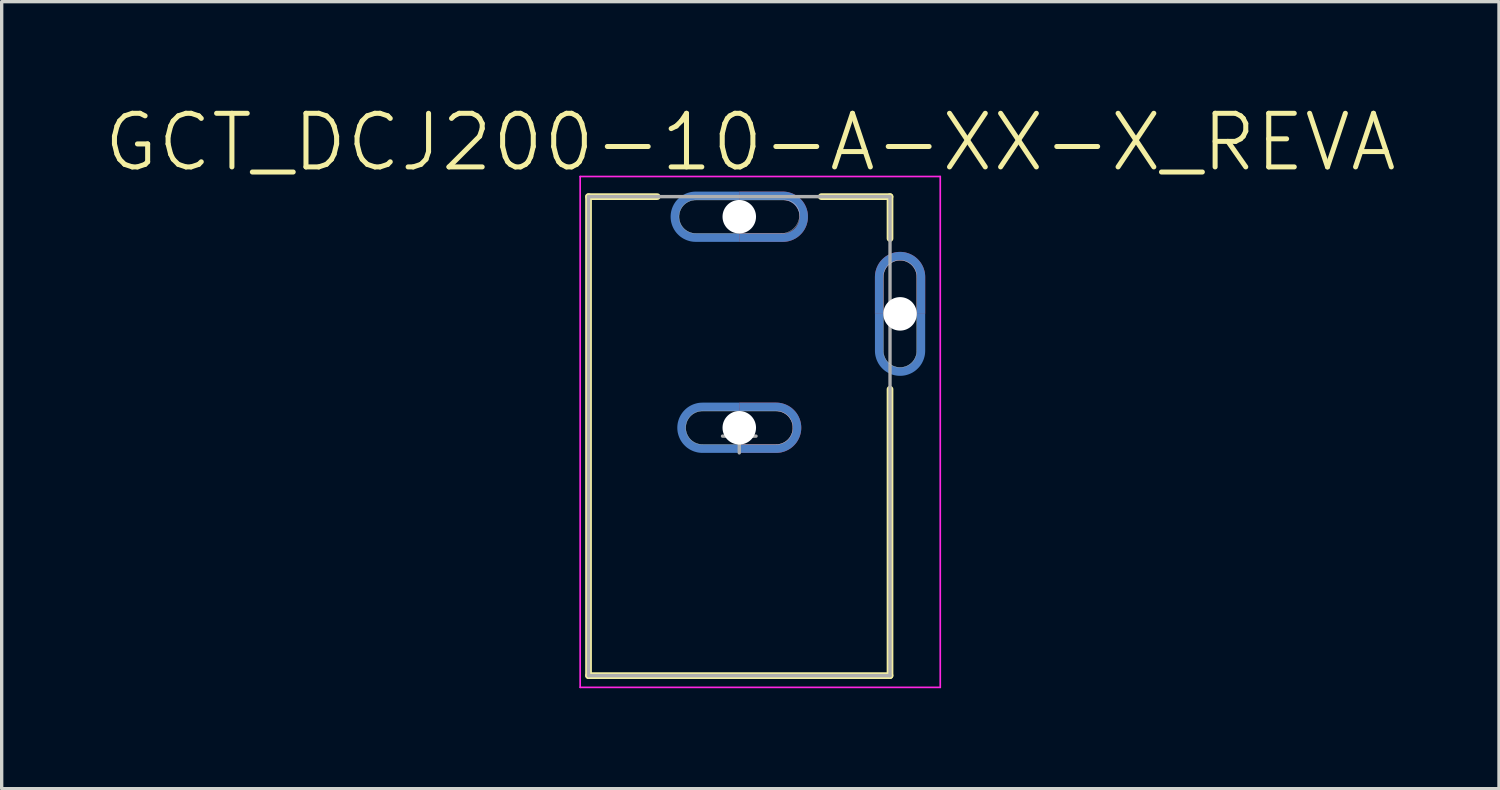
<source format=kicad_pcb>
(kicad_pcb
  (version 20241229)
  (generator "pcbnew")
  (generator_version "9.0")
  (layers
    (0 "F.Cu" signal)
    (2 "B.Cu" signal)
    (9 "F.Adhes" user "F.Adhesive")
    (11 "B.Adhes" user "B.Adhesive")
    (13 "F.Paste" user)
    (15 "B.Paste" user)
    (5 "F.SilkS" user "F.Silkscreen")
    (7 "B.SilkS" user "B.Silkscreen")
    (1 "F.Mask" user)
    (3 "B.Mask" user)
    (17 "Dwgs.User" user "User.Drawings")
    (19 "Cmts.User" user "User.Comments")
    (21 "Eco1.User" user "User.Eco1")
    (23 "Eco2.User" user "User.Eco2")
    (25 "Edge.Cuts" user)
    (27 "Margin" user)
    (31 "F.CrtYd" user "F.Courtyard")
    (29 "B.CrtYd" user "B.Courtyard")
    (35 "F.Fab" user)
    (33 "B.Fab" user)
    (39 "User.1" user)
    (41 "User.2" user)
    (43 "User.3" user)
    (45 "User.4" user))
  (footprint "GCT_DCJ200-10-A-XX-X_REVA"
    (layer "F.Cu")
    (at 19.02 9.97)
    (property "Reference" "GCT_DCJ200-10-A-XX-X_REVA" (at 0.33 -8.77 0) (layer "F.SilkS") (effects (font (size 1.601 1.601) (thickness 0.15))))
    (attr smd)
    (fp_poly (pts (xy -2.152 -7.4) (xy 2.15 -7.4) (xy 2.15 -5.706) (xy -2.152 -5.706)) (stroke (width 0.01) (type solid)) (fill yes) (layer "F.Mask"))
    (fp_poly (pts (xy -1.951 -1.1) (xy 1.95 -1.1) (xy 1.95 0.6) (xy -1.951 0.6)) (stroke (width 0.01) (type solid)) (fill yes) (layer "F.Mask"))
    (fp_poly (pts (xy 2.855 -4.5) (xy 6.75 -4.5) (xy 6.75 -2.804) (xy 2.855 -2.804)) (stroke (width 0.01) (type solid)) (fill yes) (layer "F.Mask"))
    (fp_poly (pts (xy 0 -7.05) (xy 0 -7.3) (xy -1.3 -7.3) (xy -1.339 -7.299) (xy -1.378 -7.296) (xy -1.417 -7.291) (xy -1.456 -7.284) (xy -1.494 -7.274) (xy -1.532 -7.263) (xy -1.569 -7.25) (xy -1.605 -7.235) (xy -1.64 -7.218) (xy -1.675 -7.2) (xy -1.708 -7.179) (xy -1.741 -7.157) (xy -1.772 -7.133) (xy -1.802 -7.107) (xy -1.83 -7.08) (xy -1.857 -7.052) (xy -1.883 -7.022) (xy -1.907 -6.991) (xy -1.929 -6.958) (xy -1.95 -6.925) (xy -1.968 -6.89) (xy -1.985 -6.855) (xy -2 -6.819) (xy -2.013 -6.782) (xy -2.024 -6.744) (xy -2.034 -6.706) (xy -2.041 -6.667) (xy -2.046 -6.628) (xy -2.049 -6.589) (xy -2.05 -6.55) (xy -2.049 -6.511) (xy -2.046 -6.472) (xy -2.041 -6.433) (xy -2.034 -6.394) (xy -2.024 -6.356) (xy -2.013 -6.318) (xy -2 -6.281) (xy -1.985 -6.245) (xy -1.968 -6.21) (xy -1.95 -6.175) (xy -1.929 -6.142) (xy -1.907 -6.109) (xy -1.883 -6.078) (xy -1.857 -6.048) (xy -1.83 -6.02) (xy -1.802 -5.993) (xy -1.772 -5.967) (xy -1.741 -5.943) (xy -1.708 -5.921) (xy -1.675 -5.9) (xy -1.64 -5.882) (xy -1.605 -5.865) (xy -1.569 -5.85) (xy -1.532 -5.837) (xy -1.494 -5.826) (xy -1.456 -5.816) (xy -1.417 -5.809) (xy -1.378 -5.804) (xy -1.339 -5.801) (xy -1.3 -5.8) (xy 0 -5.8) (xy 0 -6.05) (xy -1.3 -6.05) (xy -1.326 -6.051) (xy -1.352 -6.053) (xy -1.378 -6.056) (xy -1.404 -6.061) (xy -1.429 -6.067) (xy -1.455 -6.074) (xy -1.479 -6.083) (xy -1.503 -6.093) (xy -1.527 -6.104) (xy -1.55 -6.117) (xy -1.572 -6.131) (xy -1.594 -6.145) (xy -1.615 -6.161) (xy -1.635 -6.178) (xy -1.654 -6.196) (xy -1.672 -6.215) (xy -1.689 -6.235) (xy -1.705 -6.256) (xy -1.719 -6.278) (xy -1.733 -6.3) (xy -1.746 -6.323) (xy -1.757 -6.347) (xy -1.767 -6.371) (xy -1.776 -6.395) (xy -1.783 -6.421) (xy -1.789 -6.446) (xy -1.794 -6.472) (xy -1.797 -6.498) (xy -1.799 -6.524) (xy -1.8 -6.55) (xy -1.799 -6.576) (xy -1.797 -6.602) (xy -1.794 -6.628) (xy -1.789 -6.654) (xy -1.783 -6.679) (xy -1.776 -6.705) (xy -1.767 -6.729) (xy -1.757 -6.753) (xy -1.746 -6.777) (xy -1.733 -6.8) (xy -1.719 -6.822) (xy -1.705 -6.844) (xy -1.689 -6.865) (xy -1.672 -6.885) (xy -1.654 -6.904) (xy -1.635 -6.922) (xy -1.615 -6.939) (xy -1.594 -6.955) (xy -1.572 -6.969) (xy -1.55 -6.983) (xy -1.527 -6.996) (xy -1.503 -7.007) (xy -1.479 -7.017) (xy -1.455 -7.026) (xy -1.429 -7.033) (xy -1.404 -7.039) (xy -1.378 -7.044) (xy -1.352 -7.047) (xy -1.326 -7.049) (xy -1.3 -7.05) (xy 0 -7.05)) (stroke (width 0.001) (type solid)) (fill yes) (layer "B.Cu"))
    (fp_poly (pts (xy 0 -6.05) (xy 0 -5.8) (xy 1.3 -5.8) (xy 1.339 -5.801) (xy 1.378 -5.804) (xy 1.417 -5.809) (xy 1.456 -5.816) (xy 1.494 -5.826) (xy 1.532 -5.837) (xy 1.569 -5.85) (xy 1.605 -5.865) (xy 1.64 -5.882) (xy 1.675 -5.9) (xy 1.708 -5.921) (xy 1.741 -5.943) (xy 1.772 -5.967) (xy 1.802 -5.993) (xy 1.83 -6.02) (xy 1.857 -6.048) (xy 1.883 -6.078) (xy 1.907 -6.109) (xy 1.929 -6.142) (xy 1.95 -6.175) (xy 1.968 -6.21) (xy 1.985 -6.245) (xy 2 -6.281) (xy 2.013 -6.318) (xy 2.024 -6.356) (xy 2.034 -6.394) (xy 2.041 -6.433) (xy 2.046 -6.472) (xy 2.049 -6.511) (xy 2.05 -6.55) (xy 2.049 -6.589) (xy 2.046 -6.628) (xy 2.041 -6.667) (xy 2.034 -6.706) (xy 2.024 -6.744) (xy 2.013 -6.782) (xy 2 -6.819) (xy 1.985 -6.855) (xy 1.968 -6.89) (xy 1.95 -6.925) (xy 1.929 -6.958) (xy 1.907 -6.991) (xy 1.883 -7.022) (xy 1.857 -7.052) (xy 1.83 -7.08) (xy 1.802 -7.107) (xy 1.772 -7.133) (xy 1.741 -7.157) (xy 1.708 -7.179) (xy 1.675 -7.2) (xy 1.64 -7.218) (xy 1.605 -7.235) (xy 1.569 -7.25) (xy 1.532 -7.263) (xy 1.494 -7.274) (xy 1.456 -7.284) (xy 1.417 -7.291) (xy 1.378 -7.296) (xy 1.339 -7.299) (xy 1.3 -7.3) (xy 0 -7.3) (xy 0 -7.05) (xy 1.3 -7.05) (xy 1.326 -7.049) (xy 1.352 -7.047) (xy 1.378 -7.044) (xy 1.404 -7.039) (xy 1.429 -7.033) (xy 1.455 -7.026) (xy 1.479 -7.017) (xy 1.503 -7.007) (xy 1.527 -6.996) (xy 1.55 -6.983) (xy 1.572 -6.969) (xy 1.594 -6.955) (xy 1.615 -6.939) (xy 1.635 -6.922) (xy 1.654 -6.904) (xy 1.672 -6.885) (xy 1.689 -6.865) (xy 1.705 -6.844) (xy 1.719 -6.822) (xy 1.733 -6.8) (xy 1.746 -6.777) (xy 1.757 -6.753) (xy 1.767 -6.729) (xy 1.776 -6.705) (xy 1.783 -6.679) (xy 1.789 -6.654) (xy 1.794 -6.628) (xy 1.797 -6.602) (xy 1.799 -6.576) (xy 1.8 -6.55) (xy 1.799 -6.524) (xy 1.797 -6.498) (xy 1.794 -6.472) (xy 1.789 -6.446) (xy 1.783 -6.421) (xy 1.776 -6.395) (xy 1.767 -6.371) (xy 1.757 -6.347) (xy 1.746 -6.323) (xy 1.733 -6.3) (xy 1.719 -6.278) (xy 1.705 -6.256) (xy 1.689 -6.235) (xy 1.672 -6.215) (xy 1.654 -6.196) (xy 1.635 -6.178) (xy 1.615 -6.161) (xy 1.594 -6.145) (xy 1.572 -6.131) (xy 1.55 -6.117) (xy 1.527 -6.104) (xy 1.503 -6.093) (xy 1.479 -6.083) (xy 1.455 -6.074) (xy 1.429 -6.067) (xy 1.404 -6.061) (xy 1.378 -6.056) (xy 1.352 -6.053) (xy 1.326 -6.051) (xy 1.3 -6.05) (xy 0 -6.05)) (stroke (width 0.001) (type solid)) (fill yes) (layer "B.Cu"))
    (fp_poly (pts (xy 0 -0.75) (xy 0 -1) (xy -1.1 -1) (xy -1.139 -0.999) (xy -1.178 -0.996) (xy -1.217 -0.991) (xy -1.256 -0.984) (xy -1.294 -0.974) (xy -1.332 -0.963) (xy -1.369 -0.95) (xy -1.405 -0.935) (xy -1.44 -0.918) (xy -1.475 -0.9) (xy -1.508 -0.879) (xy -1.541 -0.857) (xy -1.572 -0.833) (xy -1.602 -0.807) (xy -1.63 -0.78) (xy -1.657 -0.752) (xy -1.683 -0.722) (xy -1.707 -0.691) (xy -1.729 -0.658) (xy -1.75 -0.625) (xy -1.768 -0.59) (xy -1.785 -0.555) (xy -1.8 -0.519) (xy -1.813 -0.482) (xy -1.824 -0.444) (xy -1.834 -0.406) (xy -1.841 -0.367) (xy -1.846 -0.328) (xy -1.849 -0.289) (xy -1.85 -0.25) (xy -1.849 -0.211) (xy -1.846 -0.172) (xy -1.841 -0.133) (xy -1.834 -0.094) (xy -1.824 -0.056) (xy -1.813 -0.018) (xy -1.8 0.019) (xy -1.785 0.055) (xy -1.768 0.09) (xy -1.75 0.125) (xy -1.729 0.158) (xy -1.707 0.191) (xy -1.683 0.222) (xy -1.657 0.252) (xy -1.63 0.28) (xy -1.602 0.307) (xy -1.572 0.333) (xy -1.541 0.357) (xy -1.508 0.379) (xy -1.475 0.4) (xy -1.44 0.418) (xy -1.405 0.435) (xy -1.369 0.45) (xy -1.332 0.463) (xy -1.294 0.474) (xy -1.256 0.484) (xy -1.217 0.491) (xy -1.178 0.496) (xy -1.139 0.499) (xy -1.1 0.5) (xy 0 0.5) (xy 0 0.25) (xy -1.1 0.25) (xy -1.126 0.249) (xy -1.152 0.247) (xy -1.178 0.244) (xy -1.204 0.239) (xy -1.229 0.233) (xy -1.255 0.226) (xy -1.279 0.217) (xy -1.303 0.207) (xy -1.327 0.196) (xy -1.35 0.183) (xy -1.372 0.169) (xy -1.394 0.155) (xy -1.415 0.139) (xy -1.435 0.122) (xy -1.454 0.104) (xy -1.472 0.085) (xy -1.489 0.065) (xy -1.505 0.044) (xy -1.519 0.022) (xy -1.533 0) (xy -1.546 -0.023) (xy -1.557 -0.047) (xy -1.567 -0.071) (xy -1.576 -0.095) (xy -1.583 -0.121) (xy -1.589 -0.146) (xy -1.594 -0.172) (xy -1.597 -0.198) (xy -1.599 -0.224) (xy -1.6 -0.25) (xy -1.599 -0.276) (xy -1.597 -0.302) (xy -1.594 -0.328) (xy -1.589 -0.354) (xy -1.583 -0.379) (xy -1.576 -0.405) (xy -1.567 -0.429) (xy -1.557 -0.453) (xy -1.546 -0.477) (xy -1.533 -0.5) (xy -1.519 -0.522) (xy -1.505 -0.544) (xy -1.489 -0.565) (xy -1.472 -0.585) (xy -1.454 -0.604) (xy -1.435 -0.622) (xy -1.415 -0.639) (xy -1.394 -0.655) (xy -1.372 -0.669) (xy -1.35 -0.683) (xy -1.327 -0.696) (xy -1.303 -0.707) (xy -1.279 -0.717) (xy -1.255 -0.726) (xy -1.229 -0.733) (xy -1.204 -0.739) (xy -1.178 -0.744) (xy -1.152 -0.747) (xy -1.126 -0.749) (xy -1.1 -0.75) (xy 0 -0.75)) (stroke (width 0.001) (type solid)) (fill yes) (layer "B.Cu"))
    (fp_poly (pts (xy 0 0.25) (xy 0 0.5) (xy 1.1 0.5) (xy 1.139 0.499) (xy 1.178 0.496) (xy 1.217 0.491) (xy 1.256 0.484) (xy 1.294 0.474) (xy 1.332 0.463) (xy 1.369 0.45) (xy 1.405 0.435) (xy 1.44 0.418) (xy 1.475 0.4) (xy 1.508 0.379) (xy 1.541 0.357) (xy 1.572 0.333) (xy 1.602 0.307) (xy 1.63 0.28) (xy 1.657 0.252) (xy 1.683 0.222) (xy 1.707 0.191) (xy 1.729 0.158) (xy 1.75 0.125) (xy 1.768 0.09) (xy 1.785 0.055) (xy 1.8 0.019) (xy 1.813 -0.018) (xy 1.824 -0.056) (xy 1.834 -0.094) (xy 1.841 -0.133) (xy 1.846 -0.172) (xy 1.849 -0.211) (xy 1.85 -0.25) (xy 1.849 -0.289) (xy 1.846 -0.328) (xy 1.841 -0.367) (xy 1.834 -0.406) (xy 1.824 -0.444) (xy 1.813 -0.482) (xy 1.8 -0.519) (xy 1.785 -0.555) (xy 1.768 -0.59) (xy 1.75 -0.625) (xy 1.729 -0.658) (xy 1.707 -0.691) (xy 1.683 -0.722) (xy 1.657 -0.752) (xy 1.63 -0.78) (xy 1.602 -0.807) (xy 1.572 -0.833) (xy 1.541 -0.857) (xy 1.508 -0.879) (xy 1.475 -0.9) (xy 1.44 -0.918) (xy 1.405 -0.935) (xy 1.369 -0.95) (xy 1.332 -0.963) (xy 1.294 -0.974) (xy 1.256 -0.984) (xy 1.217 -0.991) (xy 1.178 -0.996) (xy 1.139 -0.999) (xy 1.1 -1) (xy 0 -1) (xy 0 -0.75) (xy 1.1 -0.75) (xy 1.126 -0.749) (xy 1.152 -0.747) (xy 1.178 -0.744) (xy 1.204 -0.739) (xy 1.229 -0.733) (xy 1.255 -0.726) (xy 1.279 -0.717) (xy 1.303 -0.707) (xy 1.327 -0.696) (xy 1.35 -0.683) (xy 1.372 -0.669) (xy 1.394 -0.655) (xy 1.415 -0.639) (xy 1.435 -0.622) (xy 1.454 -0.604) (xy 1.472 -0.585) (xy 1.489 -0.565) (xy 1.505 -0.544) (xy 1.519 -0.522) (xy 1.533 -0.5) (xy 1.546 -0.477) (xy 1.557 -0.453) (xy 1.567 -0.429) (xy 1.576 -0.405) (xy 1.583 -0.379) (xy 1.589 -0.354) (xy 1.594 -0.328) (xy 1.597 -0.302) (xy 1.599 -0.276) (xy 1.6 -0.25) (xy 1.599 -0.224) (xy 1.597 -0.198) (xy 1.594 -0.172) (xy 1.589 -0.146) (xy 1.583 -0.121) (xy 1.576 -0.095) (xy 1.567 -0.071) (xy 1.557 -0.047) (xy 1.546 -0.023) (xy 1.533 0) (xy 1.519 0.022) (xy 1.505 0.044) (xy 1.489 0.065) (xy 1.472 0.085) (xy 1.454 0.104) (xy 1.435 0.122) (xy 1.415 0.139) (xy 1.394 0.155) (xy 1.372 0.169) (xy 1.35 0.183) (xy 1.327 0.196) (xy 1.303 0.207) (xy 1.279 0.217) (xy 1.255 0.226) (xy 1.229 0.233) (xy 1.204 0.239) (xy 1.178 0.244) (xy 1.152 0.247) (xy 1.126 0.249) (xy 1.1 0.25) (xy 0 0.25)) (stroke (width 0.001) (type solid)) (fill yes) (layer "B.Cu"))
    (fp_poly (pts (xy 4.3 -3.65) (xy 4.05 -3.65) (xy 4.05 -2.55) (xy 4.051 -2.511) (xy 4.054 -2.472) (xy 4.059 -2.433) (xy 4.066 -2.394) (xy 4.076 -2.356) (xy 4.087 -2.318) (xy 4.1 -2.281) (xy 4.115 -2.245) (xy 4.132 -2.21) (xy 4.15 -2.175) (xy 4.171 -2.142) (xy 4.193 -2.109) (xy 4.217 -2.078) (xy 4.243 -2.048) (xy 4.27 -2.02) (xy 4.298 -1.993) (xy 4.328 -1.967) (xy 4.359 -1.943) (xy 4.392 -1.921) (xy 4.425 -1.9) (xy 4.46 -1.882) (xy 4.495 -1.865) (xy 4.531 -1.85) (xy 4.568 -1.837) (xy 4.606 -1.826) (xy 4.644 -1.816) (xy 4.683 -1.809) (xy 4.722 -1.804) (xy 4.761 -1.801) (xy 4.8 -1.8) (xy 4.839 -1.801) (xy 4.878 -1.804) (xy 4.917 -1.809) (xy 4.956 -1.816) (xy 4.994 -1.826) (xy 5.032 -1.837) (xy 5.069 -1.85) (xy 5.105 -1.865) (xy 5.14 -1.882) (xy 5.175 -1.9) (xy 5.208 -1.921) (xy 5.241 -1.943) (xy 5.272 -1.967) (xy 5.302 -1.993) (xy 5.33 -2.02) (xy 5.357 -2.048) (xy 5.383 -2.078) (xy 5.407 -2.109) (xy 5.429 -2.142) (xy 5.45 -2.175) (xy 5.468 -2.21) (xy 5.485 -2.245) (xy 5.5 -2.281) (xy 5.513 -2.318) (xy 5.524 -2.356) (xy 5.534 -2.394) (xy 5.541 -2.433) (xy 5.546 -2.472) (xy 5.549 -2.511) (xy 5.55 -2.55) (xy 5.55 -3.65) (xy 5.3 -3.65) (xy 5.3 -2.55) (xy 5.299 -2.524) (xy 5.297 -2.498) (xy 5.294 -2.472) (xy 5.289 -2.446) (xy 5.283 -2.421) (xy 5.276 -2.395) (xy 5.267 -2.371) (xy 5.257 -2.347) (xy 5.246 -2.323) (xy 5.233 -2.3) (xy 5.219 -2.278) (xy 5.205 -2.256) (xy 5.189 -2.235) (xy 5.172 -2.215) (xy 5.154 -2.196) (xy 5.135 -2.178) (xy 5.115 -2.161) (xy 5.094 -2.145) (xy 5.072 -2.131) (xy 5.05 -2.117) (xy 5.027 -2.104) (xy 5.003 -2.093) (xy 4.979 -2.083) (xy 4.955 -2.074) (xy 4.929 -2.067) (xy 4.904 -2.061) (xy 4.878 -2.056) (xy 4.852 -2.053) (xy 4.826 -2.051) (xy 4.8 -2.05) (xy 4.774 -2.051) (xy 4.748 -2.053) (xy 4.722 -2.056) (xy 4.696 -2.061) (xy 4.671 -2.067) (xy 4.645 -2.074) (xy 4.621 -2.083) (xy 4.597 -2.093) (xy 4.573 -2.104) (xy 4.55 -2.117) (xy 4.528 -2.131) (xy 4.506 -2.145) (xy 4.485 -2.161) (xy 4.465 -2.178) (xy 4.446 -2.196) (xy 4.428 -2.215) (xy 4.411 -2.235) (xy 4.395 -2.256) (xy 4.381 -2.278) (xy 4.367 -2.3) (xy 4.354 -2.323) (xy 4.343 -2.347) (xy 4.333 -2.371) (xy 4.324 -2.395) (xy 4.317 -2.421) (xy 4.311 -2.446) (xy 4.306 -2.472) (xy 4.303 -2.498) (xy 4.301 -2.524) (xy 4.3 -2.55) (xy 4.3 -3.65)) (stroke (width 0.001) (type solid)) (fill yes) (layer "B.Cu"))
    (fp_poly (pts (xy 5.3 -3.65) (xy 5.55 -3.65) (xy 5.55 -4.75) (xy 5.549 -4.789) (xy 5.546 -4.828) (xy 5.541 -4.867) (xy 5.534 -4.906) (xy 5.524 -4.944) (xy 5.513 -4.982) (xy 5.5 -5.019) (xy 5.485 -5.055) (xy 5.468 -5.09) (xy 5.45 -5.125) (xy 5.429 -5.158) (xy 5.407 -5.191) (xy 5.383 -5.222) (xy 5.357 -5.252) (xy 5.33 -5.28) (xy 5.302 -5.307) (xy 5.272 -5.333) (xy 5.241 -5.357) (xy 5.208 -5.379) (xy 5.175 -5.4) (xy 5.14 -5.418) (xy 5.105 -5.435) (xy 5.069 -5.45) (xy 5.032 -5.463) (xy 4.994 -5.474) (xy 4.956 -5.484) (xy 4.917 -5.491) (xy 4.878 -5.496) (xy 4.839 -5.499) (xy 4.8 -5.5) (xy 4.761 -5.499) (xy 4.722 -5.496) (xy 4.683 -5.491) (xy 4.644 -5.484) (xy 4.606 -5.474) (xy 4.568 -5.463) (xy 4.531 -5.45) (xy 4.495 -5.435) (xy 4.46 -5.418) (xy 4.425 -5.4) (xy 4.392 -5.379) (xy 4.359 -5.357) (xy 4.328 -5.333) (xy 4.298 -5.307) (xy 4.27 -5.28) (xy 4.243 -5.252) (xy 4.217 -5.222) (xy 4.193 -5.191) (xy 4.171 -5.158) (xy 4.15 -5.125) (xy 4.132 -5.09) (xy 4.115 -5.055) (xy 4.1 -5.019) (xy 4.087 -4.982) (xy 4.076 -4.944) (xy 4.066 -4.906) (xy 4.059 -4.867) (xy 4.054 -4.828) (xy 4.051 -4.789) (xy 4.05 -4.75) (xy 4.05 -3.65) (xy 4.3 -3.65) (xy 4.3 -4.75) (xy 4.301 -4.776) (xy 4.303 -4.802) (xy 4.306 -4.828) (xy 4.311 -4.854) (xy 4.317 -4.879) (xy 4.324 -4.905) (xy 4.333 -4.929) (xy 4.343 -4.953) (xy 4.354 -4.977) (xy 4.367 -5) (xy 4.381 -5.022) (xy 4.395 -5.044) (xy 4.411 -5.065) (xy 4.428 -5.085) (xy 4.446 -5.104) (xy 4.465 -5.122) (xy 4.485 -5.139) (xy 4.506 -5.155) (xy 4.528 -5.169) (xy 4.55 -5.183) (xy 4.573 -5.196) (xy 4.597 -5.207) (xy 4.621 -5.217) (xy 4.645 -5.226) (xy 4.671 -5.233) (xy 4.696 -5.239) (xy 4.722 -5.244) (xy 4.748 -5.247) (xy 4.774 -5.249) (xy 4.8 -5.25) (xy 4.826 -5.249) (xy 4.852 -5.247) (xy 4.878 -5.244) (xy 4.904 -5.239) (xy 4.929 -5.233) (xy 4.955 -5.226) (xy 4.979 -5.217) (xy 5.003 -5.207) (xy 5.027 -5.196) (xy 5.05 -5.183) (xy 5.072 -5.169) (xy 5.094 -5.155) (xy 5.115 -5.139) (xy 5.135 -5.122) (xy 5.154 -5.104) (xy 5.172 -5.085) (xy 5.189 -5.065) (xy 5.205 -5.044) (xy 5.219 -5.022) (xy 5.233 -5) (xy 5.246 -4.977) (xy 5.257 -4.953) (xy 5.267 -4.929) (xy 5.276 -4.905) (xy 5.283 -4.879) (xy 5.289 -4.854) (xy 5.294 -4.828) (xy 5.297 -4.802) (xy 5.299 -4.776) (xy 5.3 -4.75) (xy 5.3 -3.65)) (stroke (width 0.001) (type solid)) (fill yes) (layer "B.Cu"))
    (fp_poly (pts (xy -2.154 -7.4) (xy 2.15 -7.4) (xy 2.15 -5.71) (xy -2.154 -5.71)) (stroke (width 0.01) (type solid)) (fill yes) (layer "B.Mask"))
    (fp_poly (pts (xy -1.95 -1.1) (xy 1.95 -1.1) (xy 1.95 0.6) (xy -1.95 0.6)) (stroke (width 0.01) (type solid)) (fill yes) (layer "B.Mask"))
    (fp_poly (pts (xy 2.855 -4.5) (xy 6.75 -4.5) (xy 6.75 -2.805) (xy 2.855 -2.805)) (stroke (width 0.01) (type solid)) (fill yes) (layer "B.Mask"))
    (fp_line (start -4.5 -7.15) (end -4.5 7.15) (stroke (width 0.2) (type solid)) (layer "F.SilkS"))
    (fp_line (start -4.5 7.15) (end 4.5 7.15) (stroke (width 0.2) (type solid)) (layer "F.SilkS"))
    (fp_line (start -2.45 -7.15) (end -4.5 -7.15) (stroke (width 0.2) (type solid)) (layer "F.SilkS"))
    (fp_line (start 2.45 -7.15) (end 4.5 -7.15) (stroke (width 0.2) (type solid)) (layer "F.SilkS"))
    (fp_line (start 4.5 -7.15) (end 4.5 -5.9) (stroke (width 0.2) (type solid)) (layer "F.SilkS"))
    (fp_line (start 4.5 7.15) (end 4.5 -1.4) (stroke (width 0.2) (type solid)) (layer "F.SilkS"))
    (fp_poly (pts (xy 0 -7.05) (xy 0 -7.3) (xy -1.3 -7.3) (xy -1.339 -7.299) (xy -1.378 -7.296) (xy -1.417 -7.291) (xy -1.456 -7.284) (xy -1.494 -7.274) (xy -1.532 -7.263) (xy -1.569 -7.25) (xy -1.605 -7.235) (xy -1.64 -7.218) (xy -1.675 -7.2) (xy -1.708 -7.179) (xy -1.741 -7.157) (xy -1.772 -7.133) (xy -1.802 -7.107) (xy -1.83 -7.08) (xy -1.857 -7.052) (xy -1.883 -7.022) (xy -1.907 -6.991) (xy -1.929 -6.958) (xy -1.95 -6.925) (xy -1.968 -6.89) (xy -1.985 -6.855) (xy -2 -6.819) (xy -2.013 -6.782) (xy -2.024 -6.744) (xy -2.034 -6.706) (xy -2.041 -6.667) (xy -2.046 -6.628) (xy -2.049 -6.589) (xy -2.05 -6.55) (xy -2.049 -6.511) (xy -2.046 -6.472) (xy -2.041 -6.433) (xy -2.034 -6.394) (xy -2.024 -6.356) (xy -2.013 -6.318) (xy -2 -6.281) (xy -1.985 -6.245) (xy -1.968 -6.21) (xy -1.95 -6.175) (xy -1.929 -6.142) (xy -1.907 -6.109) (xy -1.883 -6.078) (xy -1.857 -6.048) (xy -1.83 -6.02) (xy -1.802 -5.993) (xy -1.772 -5.967) (xy -1.741 -5.943) (xy -1.708 -5.921) (xy -1.675 -5.9) (xy -1.64 -5.882) (xy -1.605 -5.865) (xy -1.569 -5.85) (xy -1.532 -5.837) (xy -1.494 -5.826) (xy -1.456 -5.816) (xy -1.417 -5.809) (xy -1.378 -5.804) (xy -1.339 -5.801) (xy -1.3 -5.8) (xy 0 -5.8) (xy 0 -6.05) (xy -1.3 -6.05) (xy -1.326 -6.051) (xy -1.352 -6.053) (xy -1.378 -6.056) (xy -1.404 -6.061) (xy -1.429 -6.067) (xy -1.455 -6.074) (xy -1.479 -6.083) (xy -1.503 -6.093) (xy -1.527 -6.104) (xy -1.55 -6.117) (xy -1.572 -6.131) (xy -1.594 -6.145) (xy -1.615 -6.161) (xy -1.635 -6.178) (xy -1.654 -6.196) (xy -1.672 -6.215) (xy -1.689 -6.235) (xy -1.705 -6.256) (xy -1.719 -6.278) (xy -1.733 -6.3) (xy -1.746 -6.323) (xy -1.757 -6.347) (xy -1.767 -6.371) (xy -1.776 -6.395) (xy -1.783 -6.421) (xy -1.789 -6.446) (xy -1.794 -6.472) (xy -1.797 -6.498) (xy -1.799 -6.524) (xy -1.8 -6.55) (xy -1.799 -6.576) (xy -1.797 -6.602) (xy -1.794 -6.628) (xy -1.789 -6.654) (xy -1.783 -6.679) (xy -1.776 -6.705) (xy -1.767 -6.729) (xy -1.757 -6.753) (xy -1.746 -6.777) (xy -1.733 -6.8) (xy -1.719 -6.822) (xy -1.705 -6.844) (xy -1.689 -6.865) (xy -1.672 -6.885) (xy -1.654 -6.904) (xy -1.635 -6.922) (xy -1.615 -6.939) (xy -1.594 -6.955) (xy -1.572 -6.969) (xy -1.55 -6.983) (xy -1.527 -6.996) (xy -1.503 -7.007) (xy -1.479 -7.017) (xy -1.455 -7.026) (xy -1.429 -7.033) (xy -1.404 -7.039) (xy -1.378 -7.044) (xy -1.352 -7.047) (xy -1.326 -7.049) (xy -1.3 -7.05) (xy 0 -7.05)) (stroke (width 0.001) (type solid)) (fill yes) (layer "F.Paste"))
    (fp_poly (pts (xy 0 -6.05) (xy 0 -5.8) (xy 1.3 -5.8) (xy 1.339 -5.801) (xy 1.378 -5.804) (xy 1.417 -5.809) (xy 1.456 -5.816) (xy 1.494 -5.826) (xy 1.532 -5.837) (xy 1.569 -5.85) (xy 1.605 -5.865) (xy 1.64 -5.882) (xy 1.675 -5.9) (xy 1.708 -5.921) (xy 1.741 -5.943) (xy 1.772 -5.967) (xy 1.802 -5.993) (xy 1.83 -6.02) (xy 1.857 -6.048) (xy 1.883 -6.078) (xy 1.907 -6.109) (xy 1.929 -6.142) (xy 1.95 -6.175) (xy 1.968 -6.21) (xy 1.985 -6.245) (xy 2 -6.281) (xy 2.013 -6.318) (xy 2.024 -6.356) (xy 2.034 -6.394) (xy 2.041 -6.433) (xy 2.046 -6.472) (xy 2.049 -6.511) (xy 2.05 -6.55) (xy 2.049 -6.589) (xy 2.046 -6.628) (xy 2.041 -6.667) (xy 2.034 -6.706) (xy 2.024 -6.744) (xy 2.013 -6.782) (xy 2 -6.819) (xy 1.985 -6.855) (xy 1.968 -6.89) (xy 1.95 -6.925) (xy 1.929 -6.958) (xy 1.907 -6.991) (xy 1.883 -7.022) (xy 1.857 -7.052) (xy 1.83 -7.08) (xy 1.802 -7.107) (xy 1.772 -7.133) (xy 1.741 -7.157) (xy 1.708 -7.179) (xy 1.675 -7.2) (xy 1.64 -7.218) (xy 1.605 -7.235) (xy 1.569 -7.25) (xy 1.532 -7.263) (xy 1.494 -7.274) (xy 1.456 -7.284) (xy 1.417 -7.291) (xy 1.378 -7.296) (xy 1.339 -7.299) (xy 1.3 -7.3) (xy 0 -7.3) (xy 0 -7.05) (xy 1.3 -7.05) (xy 1.326 -7.049) (xy 1.352 -7.047) (xy 1.378 -7.044) (xy 1.404 -7.039) (xy 1.429 -7.033) (xy 1.455 -7.026) (xy 1.479 -7.017) (xy 1.503 -7.007) (xy 1.527 -6.996) (xy 1.55 -6.983) (xy 1.572 -6.969) (xy 1.594 -6.955) (xy 1.615 -6.939) (xy 1.635 -6.922) (xy 1.654 -6.904) (xy 1.672 -6.885) (xy 1.689 -6.865) (xy 1.705 -6.844) (xy 1.719 -6.822) (xy 1.733 -6.8) (xy 1.746 -6.777) (xy 1.757 -6.753) (xy 1.767 -6.729) (xy 1.776 -6.705) (xy 1.783 -6.679) (xy 1.789 -6.654) (xy 1.794 -6.628) (xy 1.797 -6.602) (xy 1.799 -6.576) (xy 1.8 -6.55) (xy 1.799 -6.524) (xy 1.797 -6.498) (xy 1.794 -6.472) (xy 1.789 -6.446) (xy 1.783 -6.421) (xy 1.776 -6.395) (xy 1.767 -6.371) (xy 1.757 -6.347) (xy 1.746 -6.323) (xy 1.733 -6.3) (xy 1.719 -6.278) (xy 1.705 -6.256) (xy 1.689 -6.235) (xy 1.672 -6.215) (xy 1.654 -6.196) (xy 1.635 -6.178) (xy 1.615 -6.161) (xy 1.594 -6.145) (xy 1.572 -6.131) (xy 1.55 -6.117) (xy 1.527 -6.104) (xy 1.503 -6.093) (xy 1.479 -6.083) (xy 1.455 -6.074) (xy 1.429 -6.067) (xy 1.404 -6.061) (xy 1.378 -6.056) (xy 1.352 -6.053) (xy 1.326 -6.051) (xy 1.3 -6.05) (xy 0 -6.05)) (stroke (width 0.001) (type solid)) (fill yes) (layer "F.Paste"))
    (fp_poly (pts (xy 0 -0.75) (xy 0 -1) (xy -1.1 -1) (xy -1.139 -0.999) (xy -1.178 -0.996) (xy -1.217 -0.991) (xy -1.256 -0.984) (xy -1.294 -0.974) (xy -1.332 -0.963) (xy -1.369 -0.95) (xy -1.405 -0.935) (xy -1.44 -0.918) (xy -1.475 -0.9) (xy -1.508 -0.879) (xy -1.541 -0.857) (xy -1.572 -0.833) (xy -1.602 -0.807) (xy -1.63 -0.78) (xy -1.657 -0.752) (xy -1.683 -0.722) (xy -1.707 -0.691) (xy -1.729 -0.658) (xy -1.75 -0.625) (xy -1.768 -0.59) (xy -1.785 -0.555) (xy -1.8 -0.519) (xy -1.813 -0.482) (xy -1.824 -0.444) (xy -1.834 -0.406) (xy -1.841 -0.367) (xy -1.846 -0.328) (xy -1.849 -0.289) (xy -1.85 -0.25) (xy -1.849 -0.211) (xy -1.846 -0.172) (xy -1.841 -0.133) (xy -1.834 -0.094) (xy -1.824 -0.056) (xy -1.813 -0.018) (xy -1.8 0.019) (xy -1.785 0.055) (xy -1.768 0.09) (xy -1.75 0.125) (xy -1.729 0.158) (xy -1.707 0.191) (xy -1.683 0.222) (xy -1.657 0.252) (xy -1.63 0.28) (xy -1.602 0.307) (xy -1.572 0.333) (xy -1.541 0.357) (xy -1.508 0.379) (xy -1.475 0.4) (xy -1.44 0.418) (xy -1.405 0.435) (xy -1.369 0.45) (xy -1.332 0.463) (xy -1.294 0.474) (xy -1.256 0.484) (xy -1.217 0.491) (xy -1.178 0.496) (xy -1.139 0.499) (xy -1.1 0.5) (xy 0 0.5) (xy 0 0.25) (xy -1.1 0.25) (xy -1.126 0.249) (xy -1.152 0.247) (xy -1.178 0.244) (xy -1.204 0.239) (xy -1.229 0.233) (xy -1.255 0.226) (xy -1.279 0.217) (xy -1.303 0.207) (xy -1.327 0.196) (xy -1.35 0.183) (xy -1.372 0.169) (xy -1.394 0.155) (xy -1.415 0.139) (xy -1.435 0.122) (xy -1.454 0.104) (xy -1.472 0.085) (xy -1.489 0.065) (xy -1.505 0.044) (xy -1.519 0.022) (xy -1.533 0) (xy -1.546 -0.023) (xy -1.557 -0.047) (xy -1.567 -0.071) (xy -1.576 -0.095) (xy -1.583 -0.121) (xy -1.589 -0.146) (xy -1.594 -0.172) (xy -1.597 -0.198) (xy -1.599 -0.224) (xy -1.6 -0.25) (xy -1.599 -0.276) (xy -1.597 -0.302) (xy -1.594 -0.328) (xy -1.589 -0.354) (xy -1.583 -0.379) (xy -1.576 -0.405) (xy -1.567 -0.429) (xy -1.557 -0.453) (xy -1.546 -0.477) (xy -1.533 -0.5) (xy -1.519 -0.522) (xy -1.505 -0.544) (xy -1.489 -0.565) (xy -1.472 -0.585) (xy -1.454 -0.604) (xy -1.435 -0.622) (xy -1.415 -0.639) (xy -1.394 -0.655) (xy -1.372 -0.669) (xy -1.35 -0.683) (xy -1.327 -0.696) (xy -1.303 -0.707) (xy -1.279 -0.717) (xy -1.255 -0.726) (xy -1.229 -0.733) (xy -1.204 -0.739) (xy -1.178 -0.744) (xy -1.152 -0.747) (xy -1.126 -0.749) (xy -1.1 -0.75) (xy 0 -0.75)) (stroke (width 0.001) (type solid)) (fill yes) (layer "F.Paste"))
    (fp_poly (pts (xy 0 0.25) (xy 0 0.5) (xy 1.1 0.5) (xy 1.139 0.499) (xy 1.178 0.496) (xy 1.217 0.491) (xy 1.256 0.484) (xy 1.294 0.474) (xy 1.332 0.463) (xy 1.369 0.45) (xy 1.405 0.435) (xy 1.44 0.418) (xy 1.475 0.4) (xy 1.508 0.379) (xy 1.541 0.357) (xy 1.572 0.333) (xy 1.602 0.307) (xy 1.63 0.28) (xy 1.657 0.252) (xy 1.683 0.222) (xy 1.707 0.191) (xy 1.729 0.158) (xy 1.75 0.125) (xy 1.768 0.09) (xy 1.785 0.055) (xy 1.8 0.019) (xy 1.813 -0.018) (xy 1.824 -0.056) (xy 1.834 -0.094) (xy 1.841 -0.133) (xy 1.846 -0.172) (xy 1.849 -0.211) (xy 1.85 -0.25) (xy 1.849 -0.289) (xy 1.846 -0.328) (xy 1.841 -0.367) (xy 1.834 -0.406) (xy 1.824 -0.444) (xy 1.813 -0.482) (xy 1.8 -0.519) (xy 1.785 -0.555) (xy 1.768 -0.59) (xy 1.75 -0.625) (xy 1.729 -0.658) (xy 1.707 -0.691) (xy 1.683 -0.722) (xy 1.657 -0.752) (xy 1.63 -0.78) (xy 1.602 -0.807) (xy 1.572 -0.833) (xy 1.541 -0.857) (xy 1.508 -0.879) (xy 1.475 -0.9) (xy 1.44 -0.918) (xy 1.405 -0.935) (xy 1.369 -0.95) (xy 1.332 -0.963) (xy 1.294 -0.974) (xy 1.256 -0.984) (xy 1.217 -0.991) (xy 1.178 -0.996) (xy 1.139 -0.999) (xy 1.1 -1) (xy 0 -1) (xy 0 -0.75) (xy 1.1 -0.75) (xy 1.126 -0.749) (xy 1.152 -0.747) (xy 1.178 -0.744) (xy 1.204 -0.739) (xy 1.229 -0.733) (xy 1.255 -0.726) (xy 1.279 -0.717) (xy 1.303 -0.707) (xy 1.327 -0.696) (xy 1.35 -0.683) (xy 1.372 -0.669) (xy 1.394 -0.655) (xy 1.415 -0.639) (xy 1.435 -0.622) (xy 1.454 -0.604) (xy 1.472 -0.585) (xy 1.489 -0.565) (xy 1.505 -0.544) (xy 1.519 -0.522) (xy 1.533 -0.5) (xy 1.546 -0.477) (xy 1.557 -0.453) (xy 1.567 -0.429) (xy 1.576 -0.405) (xy 1.583 -0.379) (xy 1.589 -0.354) (xy 1.594 -0.328) (xy 1.597 -0.302) (xy 1.599 -0.276) (xy 1.6 -0.25) (xy 1.599 -0.224) (xy 1.597 -0.198) (xy 1.594 -0.172) (xy 1.589 -0.146) (xy 1.583 -0.121) (xy 1.576 -0.095) (xy 1.567 -0.071) (xy 1.557 -0.047) (xy 1.546 -0.023) (xy 1.533 0) (xy 1.519 0.022) (xy 1.505 0.044) (xy 1.489 0.065) (xy 1.472 0.085) (xy 1.454 0.104) (xy 1.435 0.122) (xy 1.415 0.139) (xy 1.394 0.155) (xy 1.372 0.169) (xy 1.35 0.183) (xy 1.327 0.196) (xy 1.303 0.207) (xy 1.279 0.217) (xy 1.255 0.226) (xy 1.229 0.233) (xy 1.204 0.239) (xy 1.178 0.244) (xy 1.152 0.247) (xy 1.126 0.249) (xy 1.1 0.25) (xy 0 0.25)) (stroke (width 0.001) (type solid)) (fill yes) (layer "F.Paste"))
    (fp_poly (pts (xy 4.3 -3.65) (xy 4.05 -3.65) (xy 4.05 -2.55) (xy 4.051 -2.511) (xy 4.054 -2.472) (xy 4.059 -2.433) (xy 4.066 -2.394) (xy 4.076 -2.356) (xy 4.087 -2.318) (xy 4.1 -2.281) (xy 4.115 -2.245) (xy 4.132 -2.21) (xy 4.15 -2.175) (xy 4.171 -2.142) (xy 4.193 -2.109) (xy 4.217 -2.078) (xy 4.243 -2.048) (xy 4.27 -2.02) (xy 4.298 -1.993) (xy 4.328 -1.967) (xy 4.359 -1.943) (xy 4.392 -1.921) (xy 4.425 -1.9) (xy 4.46 -1.882) (xy 4.495 -1.865) (xy 4.531 -1.85) (xy 4.568 -1.837) (xy 4.606 -1.826) (xy 4.644 -1.816) (xy 4.683 -1.809) (xy 4.722 -1.804) (xy 4.761 -1.801) (xy 4.8 -1.8) (xy 4.839 -1.801) (xy 4.878 -1.804) (xy 4.917 -1.809) (xy 4.956 -1.816) (xy 4.994 -1.826) (xy 5.032 -1.837) (xy 5.069 -1.85) (xy 5.105 -1.865) (xy 5.14 -1.882) (xy 5.175 -1.9) (xy 5.208 -1.921) (xy 5.241 -1.943) (xy 5.272 -1.967) (xy 5.302 -1.993) (xy 5.33 -2.02) (xy 5.357 -2.048) (xy 5.383 -2.078) (xy 5.407 -2.109) (xy 5.429 -2.142) (xy 5.45 -2.175) (xy 5.468 -2.21) (xy 5.485 -2.245) (xy 5.5 -2.281) (xy 5.513 -2.318) (xy 5.524 -2.356) (xy 5.534 -2.394) (xy 5.541 -2.433) (xy 5.546 -2.472) (xy 5.549 -2.511) (xy 5.55 -2.55) (xy 5.55 -3.65) (xy 5.3 -3.65) (xy 5.3 -2.55) (xy 5.299 -2.524) (xy 5.297 -2.498) (xy 5.294 -2.472) (xy 5.289 -2.446) (xy 5.283 -2.421) (xy 5.276 -2.395) (xy 5.267 -2.371) (xy 5.257 -2.347) (xy 5.246 -2.323) (xy 5.233 -2.3) (xy 5.219 -2.278) (xy 5.205 -2.256) (xy 5.189 -2.235) (xy 5.172 -2.215) (xy 5.154 -2.196) (xy 5.135 -2.178) (xy 5.115 -2.161) (xy 5.094 -2.145) (xy 5.072 -2.131) (xy 5.05 -2.117) (xy 5.027 -2.104) (xy 5.003 -2.093) (xy 4.979 -2.083) (xy 4.955 -2.074) (xy 4.929 -2.067) (xy 4.904 -2.061) (xy 4.878 -2.056) (xy 4.852 -2.053) (xy 4.826 -2.051) (xy 4.8 -2.05) (xy 4.774 -2.051) (xy 4.748 -2.053) (xy 4.722 -2.056) (xy 4.696 -2.061) (xy 4.671 -2.067) (xy 4.645 -2.074) (xy 4.621 -2.083) (xy 4.597 -2.093) (xy 4.573 -2.104) (xy 4.55 -2.117) (xy 4.528 -2.131) (xy 4.506 -2.145) (xy 4.485 -2.161) (xy 4.465 -2.178) (xy 4.446 -2.196) (xy 4.428 -2.215) (xy 4.411 -2.235) (xy 4.395 -2.256) (xy 4.381 -2.278) (xy 4.367 -2.3) (xy 4.354 -2.323) (xy 4.343 -2.347) (xy 4.333 -2.371) (xy 4.324 -2.395) (xy 4.317 -2.421) (xy 4.311 -2.446) (xy 4.306 -2.472) (xy 4.303 -2.498) (xy 4.301 -2.524) (xy 4.3 -2.55) (xy 4.3 -3.65)) (stroke (width 0.001) (type solid)) (fill yes) (layer "F.Paste"))
    (fp_poly (pts (xy 5.3 -3.65) (xy 5.55 -3.65) (xy 5.55 -4.75) (xy 5.549 -4.789) (xy 5.546 -4.828) (xy 5.541 -4.867) (xy 5.534 -4.906) (xy 5.524 -4.944) (xy 5.513 -4.982) (xy 5.5 -5.019) (xy 5.485 -5.055) (xy 5.468 -5.09) (xy 5.45 -5.125) (xy 5.429 -5.158) (xy 5.407 -5.191) (xy 5.383 -5.222) (xy 5.357 -5.252) (xy 5.33 -5.28) (xy 5.302 -5.307) (xy 5.272 -5.333) (xy 5.241 -5.357) (xy 5.208 -5.379) (xy 5.175 -5.4) (xy 5.14 -5.418) (xy 5.105 -5.435) (xy 5.069 -5.45) (xy 5.032 -5.463) (xy 4.994 -5.474) (xy 4.956 -5.484) (xy 4.917 -5.491) (xy 4.878 -5.496) (xy 4.839 -5.499) (xy 4.8 -5.5) (xy 4.761 -5.499) (xy 4.722 -5.496) (xy 4.683 -5.491) (xy 4.644 -5.484) (xy 4.606 -5.474) (xy 4.568 -5.463) (xy 4.531 -5.45) (xy 4.495 -5.435) (xy 4.46 -5.418) (xy 4.425 -5.4) (xy 4.392 -5.379) (xy 4.359 -5.357) (xy 4.328 -5.333) (xy 4.298 -5.307) (xy 4.27 -5.28) (xy 4.243 -5.252) (xy 4.217 -5.222) (xy 4.193 -5.191) (xy 4.171 -5.158) (xy 4.15 -5.125) (xy 4.132 -5.09) (xy 4.115 -5.055) (xy 4.1 -5.019) (xy 4.087 -4.982) (xy 4.076 -4.944) (xy 4.066 -4.906) (xy 4.059 -4.867) (xy 4.054 -4.828) (xy 4.051 -4.789) (xy 4.05 -4.75) (xy 4.05 -3.65) (xy 4.3 -3.65) (xy 4.3 -4.75) (xy 4.301 -4.776) (xy 4.303 -4.802) (xy 4.306 -4.828) (xy 4.311 -4.854) (xy 4.317 -4.879) (xy 4.324 -4.905) (xy 4.333 -4.929) (xy 4.343 -4.953) (xy 4.354 -4.977) (xy 4.367 -5) (xy 4.381 -5.022) (xy 4.395 -5.044) (xy 4.411 -5.065) (xy 4.428 -5.085) (xy 4.446 -5.104) (xy 4.465 -5.122) (xy 4.485 -5.139) (xy 4.506 -5.155) (xy 4.528 -5.169) (xy 4.55 -5.183) (xy 4.573 -5.196) (xy 4.597 -5.207) (xy 4.621 -5.217) (xy 4.645 -5.226) (xy 4.671 -5.233) (xy 4.696 -5.239) (xy 4.722 -5.244) (xy 4.748 -5.247) (xy 4.774 -5.249) (xy 4.8 -5.25) (xy 4.826 -5.249) (xy 4.852 -5.247) (xy 4.878 -5.244) (xy 4.904 -5.239) (xy 4.929 -5.233) (xy 4.955 -5.226) (xy 4.979 -5.217) (xy 5.003 -5.207) (xy 5.027 -5.196) (xy 5.05 -5.183) (xy 5.072 -5.169) (xy 5.094 -5.155) (xy 5.115 -5.139) (xy 5.135 -5.122) (xy 5.154 -5.104) (xy 5.172 -5.085) (xy 5.189 -5.065) (xy 5.205 -5.044) (xy 5.219 -5.022) (xy 5.233 -5) (xy 5.246 -4.977) (xy 5.257 -4.953) (xy 5.267 -4.929) (xy 5.276 -4.905) (xy 5.283 -4.879) (xy 5.289 -4.854) (xy 5.294 -4.828) (xy 5.297 -4.802) (xy 5.299 -4.776) (xy 5.3 -4.75) (xy 5.3 -3.65)) (stroke (width 0.001) (type solid)) (fill yes) (layer "F.Paste"))
    (fp_poly (pts (xy 0 -7.05) (xy 0 -7.3) (xy -1.3 -7.3) (xy -1.339 -7.299) (xy -1.378 -7.296) (xy -1.417 -7.291) (xy -1.456 -7.284) (xy -1.494 -7.274) (xy -1.532 -7.263) (xy -1.569 -7.25) (xy -1.605 -7.235) (xy -1.64 -7.218) (xy -1.675 -7.2) (xy -1.708 -7.179) (xy -1.741 -7.157) (xy -1.772 -7.133) (xy -1.802 -7.107) (xy -1.83 -7.08) (xy -1.857 -7.052) (xy -1.883 -7.022) (xy -1.907 -6.991) (xy -1.929 -6.958) (xy -1.95 -6.925) (xy -1.968 -6.89) (xy -1.985 -6.855) (xy -2 -6.819) (xy -2.013 -6.782) (xy -2.024 -6.744) (xy -2.034 -6.706) (xy -2.041 -6.667) (xy -2.046 -6.628) (xy -2.049 -6.589) (xy -2.05 -6.55) (xy -2.049 -6.511) (xy -2.046 -6.472) (xy -2.041 -6.433) (xy -2.034 -6.394) (xy -2.024 -6.356) (xy -2.013 -6.318) (xy -2 -6.281) (xy -1.985 -6.245) (xy -1.968 -6.21) (xy -1.95 -6.175) (xy -1.929 -6.142) (xy -1.907 -6.109) (xy -1.883 -6.078) (xy -1.857 -6.048) (xy -1.83 -6.02) (xy -1.802 -5.993) (xy -1.772 -5.967) (xy -1.741 -5.943) (xy -1.708 -5.921) (xy -1.675 -5.9) (xy -1.64 -5.882) (xy -1.605 -5.865) (xy -1.569 -5.85) (xy -1.532 -5.837) (xy -1.494 -5.826) (xy -1.456 -5.816) (xy -1.417 -5.809) (xy -1.378 -5.804) (xy -1.339 -5.801) (xy -1.3 -5.8) (xy 0 -5.8) (xy 0 -6.05) (xy -1.3 -6.05) (xy -1.326 -6.051) (xy -1.352 -6.053) (xy -1.378 -6.056) (xy -1.404 -6.061) (xy -1.429 -6.067) (xy -1.455 -6.074) (xy -1.479 -6.083) (xy -1.503 -6.093) (xy -1.527 -6.104) (xy -1.55 -6.117) (xy -1.572 -6.131) (xy -1.594 -6.145) (xy -1.615 -6.161) (xy -1.635 -6.178) (xy -1.654 -6.196) (xy -1.672 -6.215) (xy -1.689 -6.235) (xy -1.705 -6.256) (xy -1.719 -6.278) (xy -1.733 -6.3) (xy -1.746 -6.323) (xy -1.757 -6.347) (xy -1.767 -6.371) (xy -1.776 -6.395) (xy -1.783 -6.421) (xy -1.789 -6.446) (xy -1.794 -6.472) (xy -1.797 -6.498) (xy -1.799 -6.524) (xy -1.8 -6.55) (xy -1.799 -6.576) (xy -1.797 -6.602) (xy -1.794 -6.628) (xy -1.789 -6.654) (xy -1.783 -6.679) (xy -1.776 -6.705) (xy -1.767 -6.729) (xy -1.757 -6.753) (xy -1.746 -6.777) (xy -1.733 -6.8) (xy -1.719 -6.822) (xy -1.705 -6.844) (xy -1.689 -6.865) (xy -1.672 -6.885) (xy -1.654 -6.904) (xy -1.635 -6.922) (xy -1.615 -6.939) (xy -1.594 -6.955) (xy -1.572 -6.969) (xy -1.55 -6.983) (xy -1.527 -6.996) (xy -1.503 -7.007) (xy -1.479 -7.017) (xy -1.455 -7.026) (xy -1.429 -7.033) (xy -1.404 -7.039) (xy -1.378 -7.044) (xy -1.352 -7.047) (xy -1.326 -7.049) (xy -1.3 -7.05) (xy 0 -7.05)) (stroke (width 0.001) (type solid)) (fill yes) (layer "B.Paste"))
    (fp_poly (pts (xy 0 -6.05) (xy 0 -5.8) (xy 1.3 -5.8) (xy 1.339 -5.801) (xy 1.378 -5.804) (xy 1.417 -5.809) (xy 1.456 -5.816) (xy 1.494 -5.826) (xy 1.532 -5.837) (xy 1.569 -5.85) (xy 1.605 -5.865) (xy 1.64 -5.882) (xy 1.675 -5.9) (xy 1.708 -5.921) (xy 1.741 -5.943) (xy 1.772 -5.967) (xy 1.802 -5.993) (xy 1.83 -6.02) (xy 1.857 -6.048) (xy 1.883 -6.078) (xy 1.907 -6.109) (xy 1.929 -6.142) (xy 1.95 -6.175) (xy 1.968 -6.21) (xy 1.985 -6.245) (xy 2 -6.281) (xy 2.013 -6.318) (xy 2.024 -6.356) (xy 2.034 -6.394) (xy 2.041 -6.433) (xy 2.046 -6.472) (xy 2.049 -6.511) (xy 2.05 -6.55) (xy 2.049 -6.589) (xy 2.046 -6.628) (xy 2.041 -6.667) (xy 2.034 -6.706) (xy 2.024 -6.744) (xy 2.013 -6.782) (xy 2 -6.819) (xy 1.985 -6.855) (xy 1.968 -6.89) (xy 1.95 -6.925) (xy 1.929 -6.958) (xy 1.907 -6.991) (xy 1.883 -7.022) (xy 1.857 -7.052) (xy 1.83 -7.08) (xy 1.802 -7.107) (xy 1.772 -7.133) (xy 1.741 -7.157) (xy 1.708 -7.179) (xy 1.675 -7.2) (xy 1.64 -7.218) (xy 1.605 -7.235) (xy 1.569 -7.25) (xy 1.532 -7.263) (xy 1.494 -7.274) (xy 1.456 -7.284) (xy 1.417 -7.291) (xy 1.378 -7.296) (xy 1.339 -7.299) (xy 1.3 -7.3) (xy 0 -7.3) (xy 0 -7.05) (xy 1.3 -7.05) (xy 1.326 -7.049) (xy 1.352 -7.047) (xy 1.378 -7.044) (xy 1.404 -7.039) (xy 1.429 -7.033) (xy 1.455 -7.026) (xy 1.479 -7.017) (xy 1.503 -7.007) (xy 1.527 -6.996) (xy 1.55 -6.983) (xy 1.572 -6.969) (xy 1.594 -6.955) (xy 1.615 -6.939) (xy 1.635 -6.922) (xy 1.654 -6.904) (xy 1.672 -6.885) (xy 1.689 -6.865) (xy 1.705 -6.844) (xy 1.719 -6.822) (xy 1.733 -6.8) (xy 1.746 -6.777) (xy 1.757 -6.753) (xy 1.767 -6.729) (xy 1.776 -6.705) (xy 1.783 -6.679) (xy 1.789 -6.654) (xy 1.794 -6.628) (xy 1.797 -6.602) (xy 1.799 -6.576) (xy 1.8 -6.55) (xy 1.799 -6.524) (xy 1.797 -6.498) (xy 1.794 -6.472) (xy 1.789 -6.446) (xy 1.783 -6.421) (xy 1.776 -6.395) (xy 1.767 -6.371) (xy 1.757 -6.347) (xy 1.746 -6.323) (xy 1.733 -6.3) (xy 1.719 -6.278) (xy 1.705 -6.256) (xy 1.689 -6.235) (xy 1.672 -6.215) (xy 1.654 -6.196) (xy 1.635 -6.178) (xy 1.615 -6.161) (xy 1.594 -6.145) (xy 1.572 -6.131) (xy 1.55 -6.117) (xy 1.527 -6.104) (xy 1.503 -6.093) (xy 1.479 -6.083) (xy 1.455 -6.074) (xy 1.429 -6.067) (xy 1.404 -6.061) (xy 1.378 -6.056) (xy 1.352 -6.053) (xy 1.326 -6.051) (xy 1.3 -6.05) (xy 0 -6.05)) (stroke (width 0.001) (type solid)) (fill yes) (layer "B.Paste"))
    (fp_poly (pts (xy 0 -0.75) (xy 0 -1) (xy -1.1 -1) (xy -1.139 -0.999) (xy -1.178 -0.996) (xy -1.217 -0.991) (xy -1.256 -0.984) (xy -1.294 -0.974) (xy -1.332 -0.963) (xy -1.369 -0.95) (xy -1.405 -0.935) (xy -1.44 -0.918) (xy -1.475 -0.9) (xy -1.508 -0.879) (xy -1.541 -0.857) (xy -1.572 -0.833) (xy -1.602 -0.807) (xy -1.63 -0.78) (xy -1.657 -0.752) (xy -1.683 -0.722) (xy -1.707 -0.691) (xy -1.729 -0.658) (xy -1.75 -0.625) (xy -1.768 -0.59) (xy -1.785 -0.555) (xy -1.8 -0.519) (xy -1.813 -0.482) (xy -1.824 -0.444) (xy -1.834 -0.406) (xy -1.841 -0.367) (xy -1.846 -0.328) (xy -1.849 -0.289) (xy -1.85 -0.25) (xy -1.849 -0.211) (xy -1.846 -0.172) (xy -1.841 -0.133) (xy -1.834 -0.094) (xy -1.824 -0.056) (xy -1.813 -0.018) (xy -1.8 0.019) (xy -1.785 0.055) (xy -1.768 0.09) (xy -1.75 0.125) (xy -1.729 0.158) (xy -1.707 0.191) (xy -1.683 0.222) (xy -1.657 0.252) (xy -1.63 0.28) (xy -1.602 0.307) (xy -1.572 0.333) (xy -1.541 0.357) (xy -1.508 0.379) (xy -1.475 0.4) (xy -1.44 0.418) (xy -1.405 0.435) (xy -1.369 0.45) (xy -1.332 0.463) (xy -1.294 0.474) (xy -1.256 0.484) (xy -1.217 0.491) (xy -1.178 0.496) (xy -1.139 0.499) (xy -1.1 0.5) (xy 0 0.5) (xy 0 0.25) (xy -1.1 0.25) (xy -1.126 0.249) (xy -1.152 0.247) (xy -1.178 0.244) (xy -1.204 0.239) (xy -1.229 0.233) (xy -1.255 0.226) (xy -1.279 0.217) (xy -1.303 0.207) (xy -1.327 0.196) (xy -1.35 0.183) (xy -1.372 0.169) (xy -1.394 0.155) (xy -1.415 0.139) (xy -1.435 0.122) (xy -1.454 0.104) (xy -1.472 0.085) (xy -1.489 0.065) (xy -1.505 0.044) (xy -1.519 0.022) (xy -1.533 0) (xy -1.546 -0.023) (xy -1.557 -0.047) (xy -1.567 -0.071) (xy -1.576 -0.095) (xy -1.583 -0.121) (xy -1.589 -0.146) (xy -1.594 -0.172) (xy -1.597 -0.198) (xy -1.599 -0.224) (xy -1.6 -0.25) (xy -1.599 -0.276) (xy -1.597 -0.302) (xy -1.594 -0.328) (xy -1.589 -0.354) (xy -1.583 -0.379) (xy -1.576 -0.405) (xy -1.567 -0.429) (xy -1.557 -0.453) (xy -1.546 -0.477) (xy -1.533 -0.5) (xy -1.519 -0.522) (xy -1.505 -0.544) (xy -1.489 -0.565) (xy -1.472 -0.585) (xy -1.454 -0.604) (xy -1.435 -0.622) (xy -1.415 -0.639) (xy -1.394 -0.655) (xy -1.372 -0.669) (xy -1.35 -0.683) (xy -1.327 -0.696) (xy -1.303 -0.707) (xy -1.279 -0.717) (xy -1.255 -0.726) (xy -1.229 -0.733) (xy -1.204 -0.739) (xy -1.178 -0.744) (xy -1.152 -0.747) (xy -1.126 -0.749) (xy -1.1 -0.75) (xy 0 -0.75)) (stroke (width 0.001) (type solid)) (fill yes) (layer "B.Paste"))
    (fp_poly (pts (xy 0 0.25) (xy 0 0.5) (xy 1.1 0.5) (xy 1.139 0.499) (xy 1.178 0.496) (xy 1.217 0.491) (xy 1.256 0.484) (xy 1.294 0.474) (xy 1.332 0.463) (xy 1.369 0.45) (xy 1.405 0.435) (xy 1.44 0.418) (xy 1.475 0.4) (xy 1.508 0.379) (xy 1.541 0.357) (xy 1.572 0.333) (xy 1.602 0.307) (xy 1.63 0.28) (xy 1.657 0.252) (xy 1.683 0.222) (xy 1.707 0.191) (xy 1.729 0.158) (xy 1.75 0.125) (xy 1.768 0.09) (xy 1.785 0.055) (xy 1.8 0.019) (xy 1.813 -0.018) (xy 1.824 -0.056) (xy 1.834 -0.094) (xy 1.841 -0.133) (xy 1.846 -0.172) (xy 1.849 -0.211) (xy 1.85 -0.25) (xy 1.849 -0.289) (xy 1.846 -0.328) (xy 1.841 -0.367) (xy 1.834 -0.406) (xy 1.824 -0.444) (xy 1.813 -0.482) (xy 1.8 -0.519) (xy 1.785 -0.555) (xy 1.768 -0.59) (xy 1.75 -0.625) (xy 1.729 -0.658) (xy 1.707 -0.691) (xy 1.683 -0.722) (xy 1.657 -0.752) (xy 1.63 -0.78) (xy 1.602 -0.807) (xy 1.572 -0.833) (xy 1.541 -0.857) (xy 1.508 -0.879) (xy 1.475 -0.9) (xy 1.44 -0.918) (xy 1.405 -0.935) (xy 1.369 -0.95) (xy 1.332 -0.963) (xy 1.294 -0.974) (xy 1.256 -0.984) (xy 1.217 -0.991) (xy 1.178 -0.996) (xy 1.139 -0.999) (xy 1.1 -1) (xy 0 -1) (xy 0 -0.75) (xy 1.1 -0.75) (xy 1.126 -0.749) (xy 1.152 -0.747) (xy 1.178 -0.744) (xy 1.204 -0.739) (xy 1.229 -0.733) (xy 1.255 -0.726) (xy 1.279 -0.717) (xy 1.303 -0.707) (xy 1.327 -0.696) (xy 1.35 -0.683) (xy 1.372 -0.669) (xy 1.394 -0.655) (xy 1.415 -0.639) (xy 1.435 -0.622) (xy 1.454 -0.604) (xy 1.472 -0.585) (xy 1.489 -0.565) (xy 1.505 -0.544) (xy 1.519 -0.522) (xy 1.533 -0.5) (xy 1.546 -0.477) (xy 1.557 -0.453) (xy 1.567 -0.429) (xy 1.576 -0.405) (xy 1.583 -0.379) (xy 1.589 -0.354) (xy 1.594 -0.328) (xy 1.597 -0.302) (xy 1.599 -0.276) (xy 1.6 -0.25) (xy 1.599 -0.224) (xy 1.597 -0.198) (xy 1.594 -0.172) (xy 1.589 -0.146) (xy 1.583 -0.121) (xy 1.576 -0.095) (xy 1.567 -0.071) (xy 1.557 -0.047) (xy 1.546 -0.023) (xy 1.533 0) (xy 1.519 0.022) (xy 1.505 0.044) (xy 1.489 0.065) (xy 1.472 0.085) (xy 1.454 0.104) (xy 1.435 0.122) (xy 1.415 0.139) (xy 1.394 0.155) (xy 1.372 0.169) (xy 1.35 0.183) (xy 1.327 0.196) (xy 1.303 0.207) (xy 1.279 0.217) (xy 1.255 0.226) (xy 1.229 0.233) (xy 1.204 0.239) (xy 1.178 0.244) (xy 1.152 0.247) (xy 1.126 0.249) (xy 1.1 0.25) (xy 0 0.25)) (stroke (width 0.001) (type solid)) (fill yes) (layer "B.Paste"))
    (fp_poly (pts (xy 4.3 -3.65) (xy 4.05 -3.65) (xy 4.05 -2.55) (xy 4.051 -2.511) (xy 4.054 -2.472) (xy 4.059 -2.433) (xy 4.066 -2.394) (xy 4.076 -2.356) (xy 4.087 -2.318) (xy 4.1 -2.281) (xy 4.115 -2.245) (xy 4.132 -2.21) (xy 4.15 -2.175) (xy 4.171 -2.142) (xy 4.193 -2.109) (xy 4.217 -2.078) (xy 4.243 -2.048) (xy 4.27 -2.02) (xy 4.298 -1.993) (xy 4.328 -1.967) (xy 4.359 -1.943) (xy 4.392 -1.921) (xy 4.425 -1.9) (xy 4.46 -1.882) (xy 4.495 -1.865) (xy 4.531 -1.85) (xy 4.568 -1.837) (xy 4.606 -1.826) (xy 4.644 -1.816) (xy 4.683 -1.809) (xy 4.722 -1.804) (xy 4.761 -1.801) (xy 4.8 -1.8) (xy 4.839 -1.801) (xy 4.878 -1.804) (xy 4.917 -1.809) (xy 4.956 -1.816) (xy 4.994 -1.826) (xy 5.032 -1.837) (xy 5.069 -1.85) (xy 5.105 -1.865) (xy 5.14 -1.882) (xy 5.175 -1.9) (xy 5.208 -1.921) (xy 5.241 -1.943) (xy 5.272 -1.967) (xy 5.302 -1.993) (xy 5.33 -2.02) (xy 5.357 -2.048) (xy 5.383 -2.078) (xy 5.407 -2.109) (xy 5.429 -2.142) (xy 5.45 -2.175) (xy 5.468 -2.21) (xy 5.485 -2.245) (xy 5.5 -2.281) (xy 5.513 -2.318) (xy 5.524 -2.356) (xy 5.534 -2.394) (xy 5.541 -2.433) (xy 5.546 -2.472) (xy 5.549 -2.511) (xy 5.55 -2.55) (xy 5.55 -3.65) (xy 5.3 -3.65) (xy 5.3 -2.55) (xy 5.299 -2.524) (xy 5.297 -2.498) (xy 5.294 -2.472) (xy 5.289 -2.446) (xy 5.283 -2.421) (xy 5.276 -2.395) (xy 5.267 -2.371) (xy 5.257 -2.347) (xy 5.246 -2.323) (xy 5.233 -2.3) (xy 5.219 -2.278) (xy 5.205 -2.256) (xy 5.189 -2.235) (xy 5.172 -2.215) (xy 5.154 -2.196) (xy 5.135 -2.178) (xy 5.115 -2.161) (xy 5.094 -2.145) (xy 5.072 -2.131) (xy 5.05 -2.117) (xy 5.027 -2.104) (xy 5.003 -2.093) (xy 4.979 -2.083) (xy 4.955 -2.074) (xy 4.929 -2.067) (xy 4.904 -2.061) (xy 4.878 -2.056) (xy 4.852 -2.053) (xy 4.826 -2.051) (xy 4.8 -2.05) (xy 4.774 -2.051) (xy 4.748 -2.053) (xy 4.722 -2.056) (xy 4.696 -2.061) (xy 4.671 -2.067) (xy 4.645 -2.074) (xy 4.621 -2.083) (xy 4.597 -2.093) (xy 4.573 -2.104) (xy 4.55 -2.117) (xy 4.528 -2.131) (xy 4.506 -2.145) (xy 4.485 -2.161) (xy 4.465 -2.178) (xy 4.446 -2.196) (xy 4.428 -2.215) (xy 4.411 -2.235) (xy 4.395 -2.256) (xy 4.381 -2.278) (xy 4.367 -2.3) (xy 4.354 -2.323) (xy 4.343 -2.347) (xy 4.333 -2.371) (xy 4.324 -2.395) (xy 4.317 -2.421) (xy 4.311 -2.446) (xy 4.306 -2.472) (xy 4.303 -2.498) (xy 4.301 -2.524) (xy 4.3 -2.55) (xy 4.3 -3.65)) (stroke (width 0.001) (type solid)) (fill yes) (layer "B.Paste"))
    (fp_poly (pts (xy 5.3 -3.65) (xy 5.55 -3.65) (xy 5.55 -4.75) (xy 5.549 -4.789) (xy 5.546 -4.828) (xy 5.541 -4.867) (xy 5.534 -4.906) (xy 5.524 -4.944) (xy 5.513 -4.982) (xy 5.5 -5.019) (xy 5.485 -5.055) (xy 5.468 -5.09) (xy 5.45 -5.125) (xy 5.429 -5.158) (xy 5.407 -5.191) (xy 5.383 -5.222) (xy 5.357 -5.252) (xy 5.33 -5.28) (xy 5.302 -5.307) (xy 5.272 -5.333) (xy 5.241 -5.357) (xy 5.208 -5.379) (xy 5.175 -5.4) (xy 5.14 -5.418) (xy 5.105 -5.435) (xy 5.069 -5.45) (xy 5.032 -5.463) (xy 4.994 -5.474) (xy 4.956 -5.484) (xy 4.917 -5.491) (xy 4.878 -5.496) (xy 4.839 -5.499) (xy 4.8 -5.5) (xy 4.761 -5.499) (xy 4.722 -5.496) (xy 4.683 -5.491) (xy 4.644 -5.484) (xy 4.606 -5.474) (xy 4.568 -5.463) (xy 4.531 -5.45) (xy 4.495 -5.435) (xy 4.46 -5.418) (xy 4.425 -5.4) (xy 4.392 -5.379) (xy 4.359 -5.357) (xy 4.328 -5.333) (xy 4.298 -5.307) (xy 4.27 -5.28) (xy 4.243 -5.252) (xy 4.217 -5.222) (xy 4.193 -5.191) (xy 4.171 -5.158) (xy 4.15 -5.125) (xy 4.132 -5.09) (xy 4.115 -5.055) (xy 4.1 -5.019) (xy 4.087 -4.982) (xy 4.076 -4.944) (xy 4.066 -4.906) (xy 4.059 -4.867) (xy 4.054 -4.828) (xy 4.051 -4.789) (xy 4.05 -4.75) (xy 4.05 -3.65) (xy 4.3 -3.65) (xy 4.3 -4.75) (xy 4.301 -4.776) (xy 4.303 -4.802) (xy 4.306 -4.828) (xy 4.311 -4.854) (xy 4.317 -4.879) (xy 4.324 -4.905) (xy 4.333 -4.929) (xy 4.343 -4.953) (xy 4.354 -4.977) (xy 4.367 -5) (xy 4.381 -5.022) (xy 4.395 -5.044) (xy 4.411 -5.065) (xy 4.428 -5.085) (xy 4.446 -5.104) (xy 4.465 -5.122) (xy 4.485 -5.139) (xy 4.506 -5.155) (xy 4.528 -5.169) (xy 4.55 -5.183) (xy 4.573 -5.196) (xy 4.597 -5.207) (xy 4.621 -5.217) (xy 4.645 -5.226) (xy 4.671 -5.233) (xy 4.696 -5.239) (xy 4.722 -5.244) (xy 4.748 -5.247) (xy 4.774 -5.249) (xy 4.8 -5.25) (xy 4.826 -5.249) (xy 4.852 -5.247) (xy 4.878 -5.244) (xy 4.904 -5.239) (xy 4.929 -5.233) (xy 4.955 -5.226) (xy 4.979 -5.217) (xy 5.003 -5.207) (xy 5.027 -5.196) (xy 5.05 -5.183) (xy 5.072 -5.169) (xy 5.094 -5.155) (xy 5.115 -5.139) (xy 5.135 -5.122) (xy 5.154 -5.104) (xy 5.172 -5.085) (xy 5.189 -5.065) (xy 5.205 -5.044) (xy 5.219 -5.022) (xy 5.233 -5) (xy 5.246 -4.977) (xy 5.257 -4.953) (xy 5.267 -4.929) (xy 5.276 -4.905) (xy 5.283 -4.879) (xy 5.289 -4.854) (xy 5.294 -4.828) (xy 5.297 -4.802) (xy 5.299 -4.776) (xy 5.3 -4.75) (xy 5.3 -3.65)) (stroke (width 0.001) (type solid)) (fill yes) (layer "B.Paste"))
    (fp_line (start -1.3 -6.05) (end 1.25 -6.05) (stroke (width 0.01) (type solid)) (layer "Edge.Cuts"))
    (fp_line (start -1.1 0.25) (end 1.1 0.25) (stroke (width 0.01) (type solid)) (layer "Edge.Cuts"))
    (fp_line (start 1.1 -0.75) (end -1.1 -0.75) (stroke (width 0.01) (type solid)) (layer "Edge.Cuts"))
    (fp_line (start 1.35 -7.05) (end -1.3 -7.05) (stroke (width 0.01) (type solid)) (layer "Edge.Cuts"))
    (fp_line (start 4.3 -4.75) (end 4.3 -2.55) (stroke (width 0.01) (type solid)) (layer "Edge.Cuts"))
    (fp_line (start 5.3 -2.55) (end 5.3 -4.75) (stroke (width 0.01) (type solid)) (layer "Edge.Cuts"))
    (fp_arc (start -1.8 -6.55) (mid -1.653553 -6.903553) (end -1.3 -7.05) (stroke (width 0.01) (type solid)) (layer "Edge.Cuts"))
    (fp_arc (start -1.6 -0.25) (mid -1.453553 -0.603553) (end -1.1 -0.75) (stroke (width 0.01) (type solid)) (layer "Edge.Cuts"))
    (fp_arc (start -1.3 -6.05) (mid -1.653553 -6.196447) (end -1.8 -6.55) (stroke (width 0.01) (type solid)) (layer "Edge.Cuts"))
    (fp_arc (start -1.1 0.25) (mid -1.453553 0.103553) (end -1.6 -0.25) (stroke (width 0.01) (type solid)) (layer "Edge.Cuts"))
    (fp_arc (start 1.1 -0.75) (mid 1.453553 -0.603553) (end 1.6 -0.25) (stroke (width 0.01) (type solid)) (layer "Edge.Cuts"))
    (fp_arc (start 1.35 -7.05) (mid 1.668198 -6.918198) (end 1.8 -6.6) (stroke (width 0.01) (type solid)) (layer "Edge.Cuts"))
    (fp_arc (start 1.6 -0.25) (mid 1.453553 0.103553) (end 1.1 0.25) (stroke (width 0.01) (type solid)) (layer "Edge.Cuts"))
    (fp_arc (start 1.8 -6.6) (mid 1.638909 -6.211091) (end 1.25 -6.05) (stroke (width 0.01) (type solid)) (layer "Edge.Cuts"))
    (fp_arc (start 4.3 -4.75) (mid 4.446447 -5.103553) (end 4.8 -5.25) (stroke (width 0.01) (type solid)) (layer "Edge.Cuts"))
    (fp_arc (start 4.8 -5.25) (mid 5.153553 -5.103553) (end 5.3 -4.75) (stroke (width 0.01) (type solid)) (layer "Edge.Cuts"))
    (fp_arc (start 4.8 -2.05) (mid 4.446447 -2.196447) (end 4.3 -2.55) (stroke (width 0.01) (type solid)) (layer "Edge.Cuts"))
    (fp_arc (start 5.3 -2.55) (mid 5.153553 -2.196447) (end 4.8 -2.05) (stroke (width 0.01) (type solid)) (layer "Edge.Cuts"))
    (fp_line (start -4.75 -7.75) (end 6 -7.75) (stroke (width 0.05) (type solid)) (layer "F.CrtYd"))
    (fp_line (start -4.75 7.5) (end -4.75 -7.75) (stroke (width 0.05) (type solid)) (layer "F.CrtYd"))
    (fp_line (start 6 -7.75) (end 6 7.5) (stroke (width 0.05) (type solid)) (layer "F.CrtYd"))
    (fp_line (start 6 7.5) (end -4.75 7.5) (stroke (width 0.05) (type solid)) (layer "F.CrtYd"))
    (fp_line (start -4.5 -7.15) (end 4.5 -7.15) (stroke (width 0.1) (type solid)) (layer "F.Fab"))
    (fp_line (start -4.5 7.15) (end -4.5 -7.15) (stroke (width 0.1) (type solid)) (layer "F.Fab"))
    (fp_line (start -4.5 7.15) (end 4.5 7.15) (stroke (width 0.1) (type solid)) (layer "F.Fab"))
    (fp_line (start -0.5 0) (end 0.5 0) (stroke (width 0.1) (type solid)) (layer "F.Fab"))
    (fp_line (start 0 0.5) (end 0 -0.5) (stroke (width 0.1) (type solid)) (layer "F.Fab"))
    (fp_line (start 4.5 7.15) (end 4.5 -7.15) (stroke (width 0.1) (type solid)) (layer "F.Fab"))
    (pad "" np_thru_hole circle (at 0 -6.55) (size 1 1) (drill 1) (layers "*.Cu" "*.Mask"))
    (pad "" np_thru_hole circle (at 0 -0.25) (size 1 1) (drill 1) (layers "*.Cu" "*.Mask"))
    (pad "" np_thru_hole circle (at 4.8 -3.65) (size 1 1) (drill 1) (layers "*.Cu" "*.Mask"))
    (pad "1" smd custom (at 0 -5.95) (size 0.1 0.1) (layers "F.Cu") (options (anchor rect)) (primitives (gr_poly (pts (xy 0 -0.1) (xy 0 0.15) (xy 1.3 0.15) (xy 1.339 0.149) (xy 1.378 0.146) (xy 1.417 0.141) (xy 1.456 0.134) (xy 1.494 0.124) (xy 1.532 0.113) (xy 1.569 0.1) (xy 1.605 0.085) (xy 1.64 0.068) (xy 1.675 0.05) (xy 1.708 0.029) (xy 1.741 0.007) (xy 1.772 -0.017) (xy 1.802 -0.043) (xy 1.83 -0.07) (xy 1.857 -0.098) (xy 1.883 -0.128) (xy 1.907 -0.159) (xy 1.929 -0.192) (xy 1.95 -0.225) (xy 1.968 -0.26) (xy 1.985 -0.295) (xy 2 -0.331) (xy 2.013 -0.368) (xy 2.024 -0.406) (xy 2.034 -0.444) (xy 2.041 -0.483) (xy 2.046 -0.522) (xy 2.049 -0.561) (xy 2.05 -0.6) (xy 2.049 -0.639) (xy 2.046 -0.678) (xy 2.041 -0.717) (xy 2.034 -0.756) (xy 2.024 -0.794) (xy 2.013 -0.832) (xy 2 -0.869) (xy 1.985 -0.905) (xy 1.968 -0.94) (xy 1.95 -0.975) (xy 1.929 -1.008) (xy 1.907 -1.041) (xy 1.883 -1.072) (xy 1.857 -1.102) (xy 1.83 -1.13) (xy 1.802 -1.157) (xy 1.772 -1.183) (xy 1.741 -1.207) (xy 1.708 -1.229) (xy 1.675 -1.25) (xy 1.64 -1.268) (xy 1.605 -1.285) (xy 1.569 -1.3) (xy 1.532 -1.313) (xy 1.494 -1.324) (xy 1.456 -1.334) (xy 1.417 -1.341) (xy 1.378 -1.346) (xy 1.339 -1.349) (xy 1.3 -1.35) (xy 0 -1.35) (xy 0 -1.1) (xy 1.3 -1.1) (xy 1.326 -1.099) (xy 1.352 -1.097) (xy 1.378 -1.094) (xy 1.404 -1.089) (xy 1.429 -1.083) (xy 1.455 -1.076) (xy 1.479 -1.067) (xy 1.503 -1.057) (xy 1.527 -1.046) (xy 1.55 -1.033) (xy 1.572 -1.019) (xy 1.594 -1.005) (xy 1.615 -0.989) (xy 1.635 -0.972) (xy 1.654 -0.954) (xy 1.672 -0.935) (xy 1.689 -0.915) (xy 1.705 -0.894) (xy 1.719 -0.872) (xy 1.733 -0.85) (xy 1.746 -0.827) (xy 1.757 -0.803) (xy 1.767 -0.779) (xy 1.776 -0.755) (xy 1.783 -0.729) (xy 1.789 -0.704) (xy 1.794 -0.678) (xy 1.797 -0.652) (xy 1.799 -0.626) (xy 1.8 -0.6) (xy 1.799 -0.574) (xy 1.797 -0.548) (xy 1.794 -0.522) (xy 1.789 -0.496) (xy 1.783 -0.471) (xy 1.776 -0.445) (xy 1.767 -0.421) (xy 1.757 -0.397) (xy 1.746 -0.373) (xy 1.733 -0.35) (xy 1.719 -0.328) (xy 1.705 -0.306) (xy 1.689 -0.285) (xy 1.672 -0.265) (xy 1.654 -0.246) (xy 1.635 -0.228) (xy 1.615 -0.211) (xy 1.594 -0.195) (xy 1.572 -0.181) (xy 1.55 -0.167) (xy 1.527 -0.154) (xy 1.503 -0.143) (xy 1.479 -0.133) (xy 1.455 -0.124) (xy 1.429 -0.117) (xy 1.404 -0.111) (xy 1.378 -0.106) (xy 1.352 -0.103) (xy 1.326 -0.101) (xy 1.3 -0.1) (xy 0 -0.1)) (width 0.001) (fill yes))))
    (pad "2" smd custom (at 0 -0.9) (size 0.1 0.1) (layers "F.Cu") (options (anchor rect)) (primitives (gr_poly (pts (xy 0 1.15) (xy 0 1.4) (xy 1.1 1.4) (xy 1.139 1.399) (xy 1.178 1.396) (xy 1.217 1.391) (xy 1.256 1.384) (xy 1.294 1.374) (xy 1.332 1.363) (xy 1.369 1.35) (xy 1.405 1.335) (xy 1.44 1.318) (xy 1.475 1.3) (xy 1.508 1.279) (xy 1.541 1.257) (xy 1.572 1.233) (xy 1.602 1.207) (xy 1.63 1.18) (xy 1.657 1.152) (xy 1.683 1.122) (xy 1.707 1.091) (xy 1.729 1.058) (xy 1.75 1.025) (xy 1.768 0.99) (xy 1.785 0.955) (xy 1.8 0.919) (xy 1.813 0.882) (xy 1.824 0.844) (xy 1.834 0.806) (xy 1.841 0.767) (xy 1.846 0.728) (xy 1.849 0.689) (xy 1.85 0.65) (xy 1.849 0.611) (xy 1.846 0.572) (xy 1.841 0.533) (xy 1.834 0.494) (xy 1.824 0.456) (xy 1.813 0.418) (xy 1.8 0.381) (xy 1.785 0.345) (xy 1.768 0.31) (xy 1.75 0.275) (xy 1.729 0.242) (xy 1.707 0.209) (xy 1.683 0.178) (xy 1.657 0.148) (xy 1.63 0.12) (xy 1.602 0.093) (xy 1.572 0.067) (xy 1.541 0.043) (xy 1.508 0.021) (xy 1.475 0) (xy 1.44 -0.018) (xy 1.405 -0.035) (xy 1.369 -0.05) (xy 1.332 -0.063) (xy 1.294 -0.074) (xy 1.256 -0.084) (xy 1.217 -0.091) (xy 1.178 -0.096) (xy 1.139 -0.099) (xy 1.1 -0.1) (xy 0 -0.1) (xy 0 0.15) (xy 1.1 0.15) (xy 1.126 0.151) (xy 1.152 0.153) (xy 1.178 0.156) (xy 1.204 0.161) (xy 1.229 0.167) (xy 1.255 0.174) (xy 1.279 0.183) (xy 1.303 0.193) (xy 1.327 0.204) (xy 1.35 0.217) (xy 1.372 0.231) (xy 1.394 0.245) (xy 1.415 0.261) (xy 1.435 0.278) (xy 1.454 0.296) (xy 1.472 0.315) (xy 1.489 0.335) (xy 1.505 0.356) (xy 1.519 0.378) (xy 1.533 0.4) (xy 1.546 0.423) (xy 1.557 0.447) (xy 1.567 0.471) (xy 1.576 0.495) (xy 1.583 0.521) (xy 1.589 0.546) (xy 1.594 0.572) (xy 1.597 0.598) (xy 1.599 0.624) (xy 1.6 0.65) (xy 1.599 0.676) (xy 1.597 0.702) (xy 1.594 0.728) (xy 1.589 0.754) (xy 1.583 0.779) (xy 1.576 0.805) (xy 1.567 0.829) (xy 1.557 0.853) (xy 1.546 0.877) (xy 1.533 0.9) (xy 1.519 0.922) (xy 1.505 0.944) (xy 1.489 0.965) (xy 1.472 0.985) (xy 1.454 1.004) (xy 1.435 1.022) (xy 1.415 1.039) (xy 1.394 1.055) (xy 1.372 1.069) (xy 1.35 1.083) (xy 1.327 1.096) (xy 1.303 1.107) (xy 1.279 1.117) (xy 1.255 1.126) (xy 1.229 1.133) (xy 1.204 1.139) (xy 1.178 1.144) (xy 1.152 1.147) (xy 1.126 1.149) (xy 1.1 1.15) (xy 0 1.15)) (width 0.001) (fill yes))))
    (pad "3" smd custom (at 4.2 -3.65) (size 0.1 0.1) (layers "F.Cu") (options (anchor rect)) (primitives (gr_poly (pts (xy 1.1 0) (xy 1.35 0) (xy 1.35 -1.1) (xy 1.349 -1.139) (xy 1.346 -1.178) (xy 1.341 -1.217) (xy 1.334 -1.256) (xy 1.324 -1.294) (xy 1.313 -1.332) (xy 1.3 -1.369) (xy 1.285 -1.405) (xy 1.268 -1.44) (xy 1.25 -1.475) (xy 1.229 -1.508) (xy 1.207 -1.541) (xy 1.183 -1.572) (xy 1.157 -1.602) (xy 1.13 -1.63) (xy 1.102 -1.657) (xy 1.072 -1.683) (xy 1.041 -1.707) (xy 1.008 -1.729) (xy 0.975 -1.75) (xy 0.94 -1.768) (xy 0.905 -1.785) (xy 0.869 -1.8) (xy 0.832 -1.813) (xy 0.794 -1.824) (xy 0.756 -1.834) (xy 0.717 -1.841) (xy 0.678 -1.846) (xy 0.639 -1.849) (xy 0.6 -1.85) (xy 0.561 -1.849) (xy 0.522 -1.846) (xy 0.483 -1.841) (xy 0.444 -1.834) (xy 0.406 -1.824) (xy 0.368 -1.813) (xy 0.331 -1.8) (xy 0.295 -1.785) (xy 0.26 -1.768) (xy 0.225 -1.75) (xy 0.192 -1.729) (xy 0.159 -1.707) (xy 0.128 -1.683) (xy 0.098 -1.657) (xy 0.07 -1.63) (xy 0.043 -1.602) (xy 0.017 -1.572) (xy -0.007 -1.541) (xy -0.029 -1.508) (xy -0.05 -1.475) (xy -0.068 -1.44) (xy -0.085 -1.405) (xy -0.1 -1.369) (xy -0.113 -1.332) (xy -0.124 -1.294) (xy -0.134 -1.256) (xy -0.141 -1.217) (xy -0.146 -1.178) (xy -0.149 -1.139) (xy -0.15 -1.1) (xy -0.15 0) (xy 0.1 0) (xy 0.1 -1.1) (xy 0.101 -1.126) (xy 0.103 -1.152) (xy 0.106 -1.178) (xy 0.111 -1.204) (xy 0.117 -1.229) (xy 0.124 -1.255) (xy 0.133 -1.279) (xy 0.143 -1.303) (xy 0.154 -1.327) (xy 0.167 -1.35) (xy 0.181 -1.372) (xy 0.195 -1.394) (xy 0.211 -1.415) (xy 0.228 -1.435) (xy 0.246 -1.454) (xy 0.265 -1.472) (xy 0.285 -1.489) (xy 0.306 -1.505) (xy 0.328 -1.519) (xy 0.35 -1.533) (xy 0.373 -1.546) (xy 0.397 -1.557) (xy 0.421 -1.567) (xy 0.445 -1.576) (xy 0.471 -1.583) (xy 0.496 -1.589) (xy 0.522 -1.594) (xy 0.548 -1.597) (xy 0.574 -1.599) (xy 0.6 -1.6) (xy 0.626 -1.599) (xy 0.652 -1.597) (xy 0.678 -1.594) (xy 0.704 -1.589) (xy 0.729 -1.583) (xy 0.755 -1.576) (xy 0.779 -1.567) (xy 0.803 -1.557) (xy 0.827 -1.546) (xy 0.85 -1.533) (xy 0.872 -1.519) (xy 0.894 -1.505) (xy 0.915 -1.489) (xy 0.935 -1.472) (xy 0.954 -1.454) (xy 0.972 -1.435) (xy 0.989 -1.415) (xy 1.005 -1.394) (xy 1.019 -1.372) (xy 1.033 -1.35) (xy 1.046 -1.327) (xy 1.057 -1.303) (xy 1.067 -1.279) (xy 1.076 -1.255) (xy 1.083 -1.229) (xy 1.089 -1.204) (xy 1.094 -1.178) (xy 1.097 -1.152) (xy 1.099 -1.126) (xy 1.1 -1.1) (xy 1.1 0)) (width 0.001) (fill yes)))))
  (gr_rect
    (start -3 -3)
    (end 41.7 20.495)
    (stroke (width 0.1) (type default))
    (fill no)
    (layer "Edge.Cuts")))
</source>
